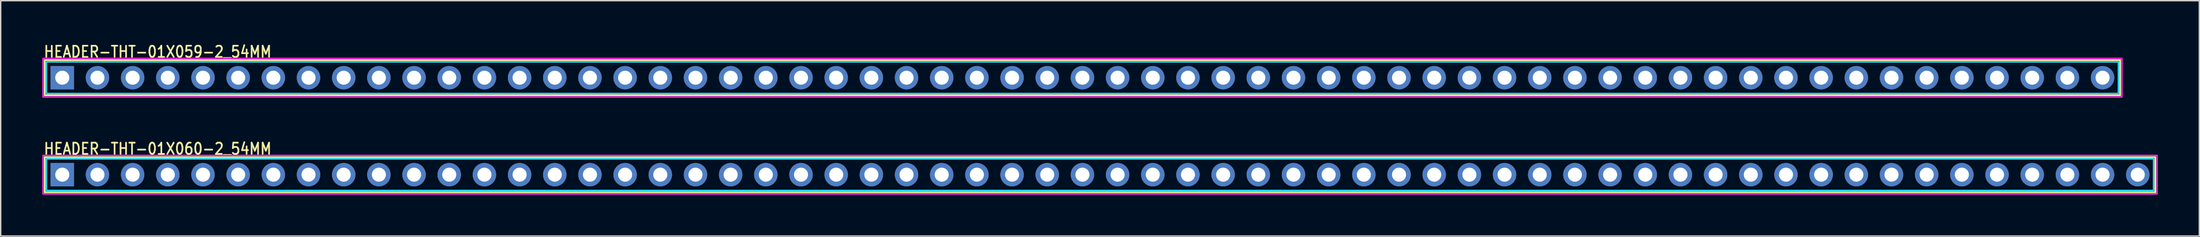
<source format=kicad_pcb>
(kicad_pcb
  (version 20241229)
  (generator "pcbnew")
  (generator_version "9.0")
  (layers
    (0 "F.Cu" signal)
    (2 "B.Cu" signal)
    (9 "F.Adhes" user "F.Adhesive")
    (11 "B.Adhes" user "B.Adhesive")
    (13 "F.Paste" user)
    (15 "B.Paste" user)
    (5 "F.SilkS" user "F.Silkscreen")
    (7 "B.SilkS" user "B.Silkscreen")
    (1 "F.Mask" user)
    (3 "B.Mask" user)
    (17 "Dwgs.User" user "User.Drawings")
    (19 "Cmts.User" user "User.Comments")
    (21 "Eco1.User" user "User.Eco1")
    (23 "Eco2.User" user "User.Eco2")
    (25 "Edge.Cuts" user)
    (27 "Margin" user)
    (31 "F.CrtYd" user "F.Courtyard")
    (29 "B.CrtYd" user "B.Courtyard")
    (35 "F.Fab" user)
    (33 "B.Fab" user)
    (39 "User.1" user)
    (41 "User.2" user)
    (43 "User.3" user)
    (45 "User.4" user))
  (footprint "HEADER-THT-01X060-2_54MM"
    (layer "F.Cu")
    (at 1.447 9.604)
    (property "Reference" "HEADER-THT-01X060-2_54MM" (at -1.4 -1.4 0) (unlocked yes) (layer "F.SilkS") (effects (font (size 0.813 0.695) (thickness 0.122)) (justify left bottom)))
    (fp_line (start -1.27 -1.27) (end -1.27 1.27) (stroke (width 0.127) (type solid)) (layer "F.SilkS"))
    (fp_line (start -1.27 1.27) (end 151.13 1.27) (stroke (width 0.127) (type solid)) (layer "F.SilkS"))
    (fp_line (start 151.13 -1.27) (end -1.27 -1.27) (stroke (width 0.127) (type solid)) (layer "F.SilkS"))
    (fp_line (start 151.13 1.27) (end 151.13 -1.27) (stroke (width 0.127) (type solid)) (layer "F.SilkS"))
    (fp_poly (pts (xy -1.143 -1.143) (xy 151.003 -1.143) (xy 151.003 1.143) (xy -1.143 1.143)) (stroke (width 0.1) (type solid)) (fill no) (layer "B.CrtYd"))
    (fp_poly (pts (xy -1.397 -1.397) (xy 151.257 -1.397) (xy 151.257 1.397) (xy -1.397 1.397)) (stroke (width 0.1) (type solid)) (fill no) (layer "F.CrtYd"))
    (pad "P$1" thru_hole rect (at 0 0) (size 1.693 1.693) (drill 1.016) (layers "*.Cu" "*.Mask"))
    (pad "P$2" thru_hole oval (at 2.54 0) (size 1.693 1.693) (drill 1.016) (layers "*.Cu" "*.Mask"))
    (pad "P$3" thru_hole oval (at 5.08 0) (size 1.693 1.693) (drill 1.016) (layers "*.Cu" "*.Mask"))
    (pad "P$4" thru_hole oval (at 7.62 0) (size 1.693 1.693) (drill 1.016) (layers "*.Cu" "*.Mask"))
    (pad "P$5" thru_hole oval (at 10.16 0) (size 1.693 1.693) (drill 1.016) (layers "*.Cu" "*.Mask"))
    (pad "P$6" thru_hole oval (at 12.7 0) (size 1.693 1.693) (drill 1.016) (layers "*.Cu" "*.Mask"))
    (pad "P$7" thru_hole oval (at 15.24 0) (size 1.693 1.693) (drill 1.016) (layers "*.Cu" "*.Mask"))
    (pad "P$8" thru_hole oval (at 17.78 0) (size 1.693 1.693) (drill 1.016) (layers "*.Cu" "*.Mask"))
    (pad "P$9" thru_hole oval (at 20.32 0) (size 1.693 1.693) (drill 1.016) (layers "*.Cu" "*.Mask"))
    (pad "P$10" thru_hole oval (at 22.86 0) (size 1.693 1.693) (drill 1.016) (layers "*.Cu" "*.Mask"))
    (pad "P$11" thru_hole oval (at 25.4 0) (size 1.693 1.693) (drill 1.016) (layers "*.Cu" "*.Mask"))
    (pad "P$12" thru_hole oval (at 27.94 0) (size 1.693 1.693) (drill 1.016) (layers "*.Cu" "*.Mask"))
    (pad "P$13" thru_hole oval (at 30.48 0) (size 1.693 1.693) (drill 1.016) (layers "*.Cu" "*.Mask"))
    (pad "P$14" thru_hole oval (at 33.02 0) (size 1.693 1.693) (drill 1.016) (layers "*.Cu" "*.Mask"))
    (pad "P$15" thru_hole oval (at 35.56 0) (size 1.693 1.693) (drill 1.016) (layers "*.Cu" "*.Mask"))
    (pad "P$16" thru_hole oval (at 38.1 0) (size 1.693 1.693) (drill 1.016) (layers "*.Cu" "*.Mask"))
    (pad "P$17" thru_hole oval (at 40.64 0) (size 1.693 1.693) (drill 1.016) (layers "*.Cu" "*.Mask"))
    (pad "P$18" thru_hole oval (at 43.18 0) (size 1.693 1.693) (drill 1.016) (layers "*.Cu" "*.Mask"))
    (pad "P$19" thru_hole oval (at 45.72 0) (size 1.693 1.693) (drill 1.016) (layers "*.Cu" "*.Mask"))
    (pad "P$20" thru_hole oval (at 48.26 0) (size 1.693 1.693) (drill 1.016) (layers "*.Cu" "*.Mask"))
    (pad "P$21" thru_hole oval (at 50.8 0) (size 1.693 1.693) (drill 1.016) (layers "*.Cu" "*.Mask"))
    (pad "P$22" thru_hole oval (at 53.34 0) (size 1.693 1.693) (drill 1.016) (layers "*.Cu" "*.Mask"))
    (pad "P$23" thru_hole oval (at 55.88 0) (size 1.693 1.693) (drill 1.016) (layers "*.Cu" "*.Mask"))
    (pad "P$24" thru_hole oval (at 58.42 0) (size 1.693 1.693) (drill 1.016) (layers "*.Cu" "*.Mask"))
    (pad "P$25" thru_hole oval (at 60.96 0) (size 1.693 1.693) (drill 1.016) (layers "*.Cu" "*.Mask"))
    (pad "P$26" thru_hole oval (at 63.5 0) (size 1.693 1.693) (drill 1.016) (layers "*.Cu" "*.Mask"))
    (pad "P$27" thru_hole oval (at 66.04 0) (size 1.693 1.693) (drill 1.016) (layers "*.Cu" "*.Mask"))
    (pad "P$28" thru_hole oval (at 68.58 0) (size 1.693 1.693) (drill 1.016) (layers "*.Cu" "*.Mask"))
    (pad "P$29" thru_hole oval (at 71.12 0) (size 1.693 1.693) (drill 1.016) (layers "*.Cu" "*.Mask"))
    (pad "P$30" thru_hole oval (at 73.66 0) (size 1.693 1.693) (drill 1.016) (layers "*.Cu" "*.Mask"))
    (pad "P$31" thru_hole oval (at 76.2 0) (size 1.693 1.693) (drill 1.016) (layers "*.Cu" "*.Mask"))
    (pad "P$32" thru_hole oval (at 78.74 0) (size 1.693 1.693) (drill 1.016) (layers "*.Cu" "*.Mask"))
    (pad "P$33" thru_hole oval (at 81.28 0) (size 1.693 1.693) (drill 1.016) (layers "*.Cu" "*.Mask"))
    (pad "P$34" thru_hole oval (at 83.82 0) (size 1.693 1.693) (drill 1.016) (layers "*.Cu" "*.Mask"))
    (pad "P$35" thru_hole oval (at 86.36 0) (size 1.693 1.693) (drill 1.016) (layers "*.Cu" "*.Mask"))
    (pad "P$36" thru_hole oval (at 88.9 0) (size 1.693 1.693) (drill 1.016) (layers "*.Cu" "*.Mask"))
    (pad "P$37" thru_hole oval (at 91.44 0) (size 1.693 1.693) (drill 1.016) (layers "*.Cu" "*.Mask"))
    (pad "P$38" thru_hole oval (at 93.98 0) (size 1.693 1.693) (drill 1.016) (layers "*.Cu" "*.Mask"))
    (pad "P$39" thru_hole oval (at 96.52 0) (size 1.693 1.693) (drill 1.016) (layers "*.Cu" "*.Mask"))
    (pad "P$40" thru_hole oval (at 99.06 0) (size 1.693 1.693) (drill 1.016) (layers "*.Cu" "*.Mask"))
    (pad "P$41" thru_hole oval (at 101.6 0) (size 1.693 1.693) (drill 1.016) (layers "*.Cu" "*.Mask"))
    (pad "P$42" thru_hole oval (at 104.14 0) (size 1.693 1.693) (drill 1.016) (layers "*.Cu" "*.Mask"))
    (pad "P$43" thru_hole oval (at 106.68 0) (size 1.693 1.693) (drill 1.016) (layers "*.Cu" "*.Mask"))
    (pad "P$44" thru_hole oval (at 109.22 0) (size 1.693 1.693) (drill 1.016) (layers "*.Cu" "*.Mask"))
    (pad "P$45" thru_hole oval (at 111.76 0) (size 1.693 1.693) (drill 1.016) (layers "*.Cu" "*.Mask"))
    (pad "P$46" thru_hole oval (at 114.3 0) (size 1.693 1.693) (drill 1.016) (layers "*.Cu" "*.Mask"))
    (pad "P$47" thru_hole oval (at 116.84 0) (size 1.693 1.693) (drill 1.016) (layers "*.Cu" "*.Mask"))
    (pad "P$48" thru_hole oval (at 119.38 0) (size 1.693 1.693) (drill 1.016) (layers "*.Cu" "*.Mask"))
    (pad "P$49" thru_hole oval (at 121.92 0) (size 1.693 1.693) (drill 1.016) (layers "*.Cu" "*.Mask"))
    (pad "P$50" thru_hole oval (at 124.46 0) (size 1.693 1.693) (drill 1.016) (layers "*.Cu" "*.Mask"))
    (pad "P$51" thru_hole oval (at 127 0) (size 1.693 1.693) (drill 1.016) (layers "*.Cu" "*.Mask"))
    (pad "P$52" thru_hole oval (at 129.54 0) (size 1.693 1.693) (drill 1.016) (layers "*.Cu" "*.Mask"))
    (pad "P$53" thru_hole oval (at 132.08 0) (size 1.693 1.693) (drill 1.016) (layers "*.Cu" "*.Mask"))
    (pad "P$54" thru_hole oval (at 134.62 0) (size 1.693 1.693) (drill 1.016) (layers "*.Cu" "*.Mask"))
    (pad "P$55" thru_hole oval (at 137.16 0) (size 1.693 1.693) (drill 1.016) (layers "*.Cu" "*.Mask"))
    (pad "P$56" thru_hole oval (at 139.7 0) (size 1.693 1.693) (drill 1.016) (layers "*.Cu" "*.Mask"))
    (pad "P$57" thru_hole oval (at 142.24 0) (size 1.693 1.693) (drill 1.016) (layers "*.Cu" "*.Mask"))
    (pad "P$58" thru_hole oval (at 144.78 0) (size 1.693 1.693) (drill 1.016) (layers "*.Cu" "*.Mask"))
    (pad "P$59" thru_hole oval (at 147.32 0) (size 1.693 1.693) (drill 1.016) (layers "*.Cu" "*.Mask"))
    (pad "P$60" thru_hole oval (at 149.86 0) (size 1.693 1.693) (drill 1.016) (layers "*.Cu" "*.Mask")))
  (footprint "HEADER-THT-01X059-2_54MM"
    (layer "F.Cu")
    (at 1.447 2.579)
    (property "Reference" "HEADER-THT-01X059-2_54MM" (at -1.4 -1.4 0) (unlocked yes) (layer "F.SilkS") (effects (font (size 0.813 0.695) (thickness 0.122)) (justify left bottom)))
    (fp_line (start -1.27 -1.27) (end -1.27 1.27) (stroke (width 0.127) (type solid)) (layer "F.SilkS"))
    (fp_line (start -1.27 1.27) (end 148.59 1.27) (stroke (width 0.127) (type solid)) (layer "F.SilkS"))
    (fp_line (start 148.59 -1.27) (end -1.27 -1.27) (stroke (width 0.127) (type solid)) (layer "F.SilkS"))
    (fp_line (start 148.59 1.27) (end 148.59 -1.27) (stroke (width 0.127) (type solid)) (layer "F.SilkS"))
    (fp_poly (pts (xy -1.143 -1.143) (xy 148.463 -1.143) (xy 148.463 1.143) (xy -1.143 1.143)) (stroke (width 0.1) (type solid)) (fill no) (layer "B.CrtYd"))
    (fp_poly (pts (xy -1.397 -1.397) (xy 148.717 -1.397) (xy 148.717 1.397) (xy -1.397 1.397)) (stroke (width 0.1) (type solid)) (fill no) (layer "F.CrtYd"))
    (pad "1" thru_hole rect (at 0 0) (size 1.693 1.693) (drill 1.016) (layers "*.Cu" "*.Mask"))
    (pad "2" thru_hole oval (at 2.54 0) (size 1.693 1.693) (drill 1.016) (layers "*.Cu" "*.Mask"))
    (pad "3" thru_hole oval (at 5.08 0) (size 1.693 1.693) (drill 1.016) (layers "*.Cu" "*.Mask"))
    (pad "4" thru_hole oval (at 7.62 0) (size 1.693 1.693) (drill 1.016) (layers "*.Cu" "*.Mask"))
    (pad "5" thru_hole oval (at 10.16 0) (size 1.693 1.693) (drill 1.016) (layers "*.Cu" "*.Mask"))
    (pad "6" thru_hole oval (at 12.7 0) (size 1.693 1.693) (drill 1.016) (layers "*.Cu" "*.Mask"))
    (pad "7" thru_hole oval (at 15.24 0) (size 1.693 1.693) (drill 1.016) (layers "*.Cu" "*.Mask"))
    (pad "8" thru_hole oval (at 17.78 0) (size 1.693 1.693) (drill 1.016) (layers "*.Cu" "*.Mask"))
    (pad "9" thru_hole oval (at 20.32 0) (size 1.693 1.693) (drill 1.016) (layers "*.Cu" "*.Mask"))
    (pad "10" thru_hole oval (at 22.86 0) (size 1.693 1.693) (drill 1.016) (layers "*.Cu" "*.Mask"))
    (pad "11" thru_hole oval (at 25.4 0) (size 1.693 1.693) (drill 1.016) (layers "*.Cu" "*.Mask"))
    (pad "12" thru_hole oval (at 27.94 0) (size 1.693 1.693) (drill 1.016) (layers "*.Cu" "*.Mask"))
    (pad "13" thru_hole oval (at 30.48 0) (size 1.693 1.693) (drill 1.016) (layers "*.Cu" "*.Mask"))
    (pad "14" thru_hole oval (at 33.02 0) (size 1.693 1.693) (drill 1.016) (layers "*.Cu" "*.Mask"))
    (pad "15" thru_hole oval (at 35.56 0) (size 1.693 1.693) (drill 1.016) (layers "*.Cu" "*.Mask"))
    (pad "16" thru_hole oval (at 38.1 0) (size 1.693 1.693) (drill 1.016) (layers "*.Cu" "*.Mask"))
    (pad "17" thru_hole oval (at 40.64 0) (size 1.693 1.693) (drill 1.016) (layers "*.Cu" "*.Mask"))
    (pad "18" thru_hole oval (at 43.18 0) (size 1.693 1.693) (drill 1.016) (layers "*.Cu" "*.Mask"))
    (pad "19" thru_hole oval (at 45.72 0) (size 1.693 1.693) (drill 1.016) (layers "*.Cu" "*.Mask"))
    (pad "20" thru_hole oval (at 48.26 0) (size 1.693 1.693) (drill 1.016) (layers "*.Cu" "*.Mask"))
    (pad "21" thru_hole oval (at 50.8 0) (size 1.693 1.693) (drill 1.016) (layers "*.Cu" "*.Mask"))
    (pad "22" thru_hole oval (at 53.34 0) (size 1.693 1.693) (drill 1.016) (layers "*.Cu" "*.Mask"))
    (pad "23" thru_hole oval (at 55.88 0) (size 1.693 1.693) (drill 1.016) (layers "*.Cu" "*.Mask"))
    (pad "24" thru_hole oval (at 58.42 0) (size 1.693 1.693) (drill 1.016) (layers "*.Cu" "*.Mask"))
    (pad "25" thru_hole oval (at 60.96 0) (size 1.693 1.693) (drill 1.016) (layers "*.Cu" "*.Mask"))
    (pad "26" thru_hole oval (at 63.5 0) (size 1.693 1.693) (drill 1.016) (layers "*.Cu" "*.Mask"))
    (pad "27" thru_hole oval (at 66.04 0) (size 1.693 1.693) (drill 1.016) (layers "*.Cu" "*.Mask"))
    (pad "28" thru_hole oval (at 68.58 0) (size 1.693 1.693) (drill 1.016) (layers "*.Cu" "*.Mask"))
    (pad "29" thru_hole oval (at 71.12 0) (size 1.693 1.693) (drill 1.016) (layers "*.Cu" "*.Mask"))
    (pad "30" thru_hole oval (at 73.66 0) (size 1.693 1.693) (drill 1.016) (layers "*.Cu" "*.Mask"))
    (pad "31" thru_hole oval (at 76.2 0) (size 1.693 1.693) (drill 1.016) (layers "*.Cu" "*.Mask"))
    (pad "32" thru_hole oval (at 78.74 0) (size 1.693 1.693) (drill 1.016) (layers "*.Cu" "*.Mask"))
    (pad "33" thru_hole oval (at 81.28 0) (size 1.693 1.693) (drill 1.016) (layers "*.Cu" "*.Mask"))
    (pad "34" thru_hole oval (at 83.82 0) (size 1.693 1.693) (drill 1.016) (layers "*.Cu" "*.Mask"))
    (pad "35" thru_hole oval (at 86.36 0) (size 1.693 1.693) (drill 1.016) (layers "*.Cu" "*.Mask"))
    (pad "36" thru_hole oval (at 88.9 0) (size 1.693 1.693) (drill 1.016) (layers "*.Cu" "*.Mask"))
    (pad "37" thru_hole oval (at 91.44 0) (size 1.693 1.693) (drill 1.016) (layers "*.Cu" "*.Mask"))
    (pad "38" thru_hole oval (at 93.98 0) (size 1.693 1.693) (drill 1.016) (layers "*.Cu" "*.Mask"))
    (pad "39" thru_hole oval (at 96.52 0) (size 1.693 1.693) (drill 1.016) (layers "*.Cu" "*.Mask"))
    (pad "40" thru_hole oval (at 99.06 0) (size 1.693 1.693) (drill 1.016) (layers "*.Cu" "*.Mask"))
    (pad "41" thru_hole oval (at 101.6 0) (size 1.693 1.693) (drill 1.016) (layers "*.Cu" "*.Mask"))
    (pad "42" thru_hole oval (at 104.14 0) (size 1.693 1.693) (drill 1.016) (layers "*.Cu" "*.Mask"))
    (pad "43" thru_hole oval (at 106.68 0) (size 1.693 1.693) (drill 1.016) (layers "*.Cu" "*.Mask"))
    (pad "44" thru_hole oval (at 109.22 0) (size 1.693 1.693) (drill 1.016) (layers "*.Cu" "*.Mask"))
    (pad "45" thru_hole oval (at 111.76 0) (size 1.693 1.693) (drill 1.016) (layers "*.Cu" "*.Mask"))
    (pad "46" thru_hole oval (at 114.3 0) (size 1.693 1.693) (drill 1.016) (layers "*.Cu" "*.Mask"))
    (pad "47" thru_hole oval (at 116.84 0) (size 1.693 1.693) (drill 1.016) (layers "*.Cu" "*.Mask"))
    (pad "48" thru_hole oval (at 119.38 0) (size 1.693 1.693) (drill 1.016) (layers "*.Cu" "*.Mask"))
    (pad "49" thru_hole oval (at 121.92 0) (size 1.693 1.693) (drill 1.016) (layers "*.Cu" "*.Mask"))
    (pad "50" thru_hole oval (at 124.46 0) (size 1.693 1.693) (drill 1.016) (layers "*.Cu" "*.Mask"))
    (pad "51" thru_hole oval (at 127 0) (size 1.693 1.693) (drill 1.016) (layers "*.Cu" "*.Mask"))
    (pad "52" thru_hole oval (at 129.54 0) (size 1.693 1.693) (drill 1.016) (layers "*.Cu" "*.Mask"))
    (pad "53" thru_hole oval (at 132.08 0) (size 1.693 1.693) (drill 1.016) (layers "*.Cu" "*.Mask"))
    (pad "54" thru_hole oval (at 134.62 0) (size 1.693 1.693) (drill 1.016) (layers "*.Cu" "*.Mask"))
    (pad "55" thru_hole oval (at 137.16 0) (size 1.693 1.693) (drill 1.016) (layers "*.Cu" "*.Mask"))
    (pad "56" thru_hole oval (at 139.7 0) (size 1.693 1.693) (drill 1.016) (layers "*.Cu" "*.Mask"))
    (pad "57" thru_hole oval (at 142.24 0) (size 1.693 1.693) (drill 1.016) (layers "*.Cu" "*.Mask"))
    (pad "58" thru_hole oval (at 144.78 0) (size 1.693 1.693) (drill 1.016) (layers "*.Cu" "*.Mask"))
    (pad "59" thru_hole oval (at 147.32 0) (size 1.693 1.693) (drill 1.016) (layers "*.Cu" "*.Mask")))
  (gr_rect
    (start -3 -3)
    (end 155.754 14.051)
    (stroke (width 0.1) (type default))
    (fill no)
    (layer "Edge.Cuts")))
</source>
